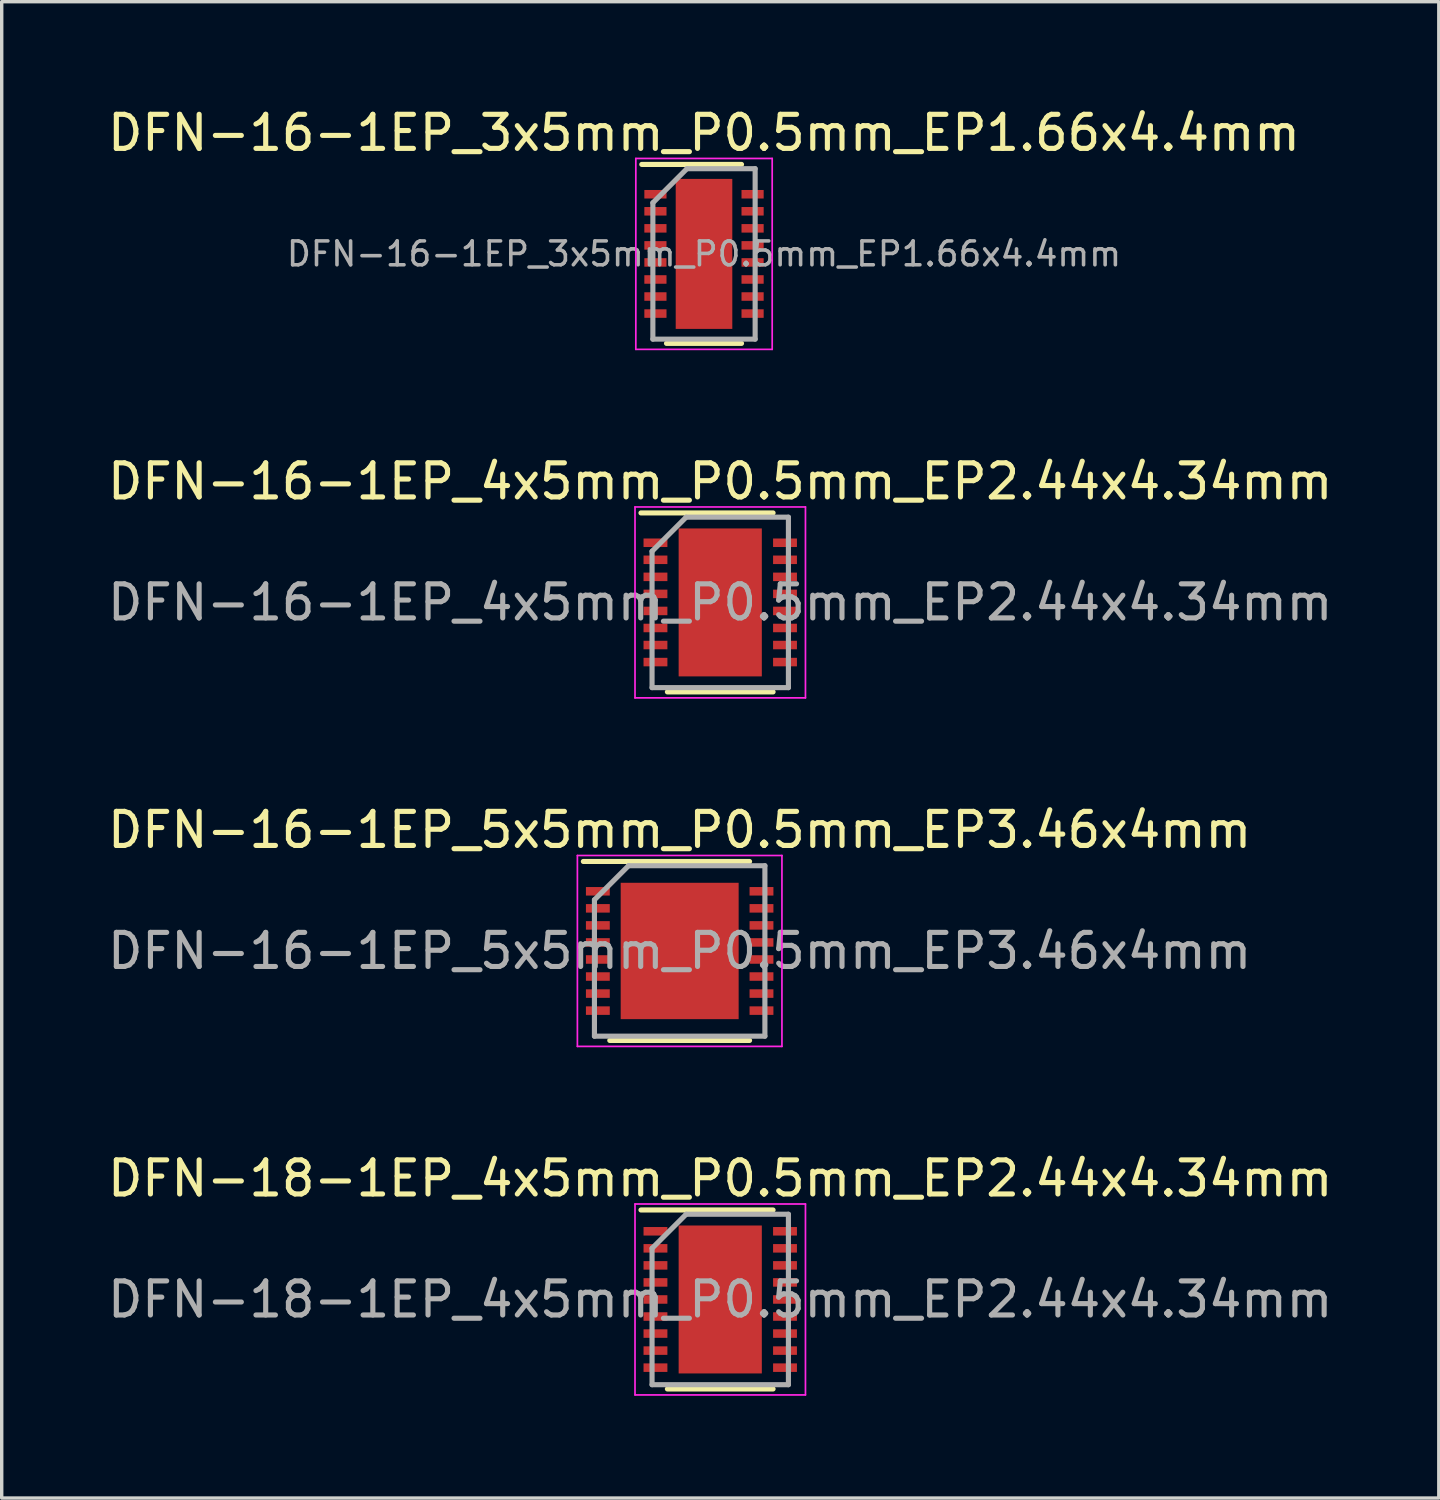
<source format=kicad_pcb>
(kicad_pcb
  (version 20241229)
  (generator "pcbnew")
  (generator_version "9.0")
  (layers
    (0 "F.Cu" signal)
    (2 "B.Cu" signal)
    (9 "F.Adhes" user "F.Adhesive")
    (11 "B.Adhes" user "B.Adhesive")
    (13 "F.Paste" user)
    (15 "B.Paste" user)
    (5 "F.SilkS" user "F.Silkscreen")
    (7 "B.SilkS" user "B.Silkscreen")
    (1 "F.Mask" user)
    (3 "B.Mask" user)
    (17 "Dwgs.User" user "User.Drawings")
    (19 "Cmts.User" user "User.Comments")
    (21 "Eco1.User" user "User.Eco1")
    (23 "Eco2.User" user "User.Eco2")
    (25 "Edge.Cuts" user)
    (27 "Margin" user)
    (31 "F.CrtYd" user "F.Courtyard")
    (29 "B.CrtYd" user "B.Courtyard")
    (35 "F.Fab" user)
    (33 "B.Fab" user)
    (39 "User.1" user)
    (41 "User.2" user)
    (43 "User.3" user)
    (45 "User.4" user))
  (footprint "DFN-18-1EP_4x5mm_P0.5mm_EP2.44x4.34mm"
    (layer "F.Cu")
    (at 18.077 35.068)
    (property "Reference" "DFN-18-1EP_4x5mm_P0.5mm_EP2.44x4.34mm" (at 0 -3.55 0) (layer "F.SilkS") (effects (font (size 1 1) (thickness 0.15))))
    (attr smd)
    (fp_line (start -2.325 -2.625) (end 1.55 -2.625) (stroke (width 0.15) (type solid)) (layer "F.SilkS"))
    (fp_line (start -1.55 2.625) (end 1.55 2.625) (stroke (width 0.15) (type solid)) (layer "F.SilkS"))
    (fp_line (start -2.5 -2.8) (end -2.5 2.8) (stroke (width 0.05) (type solid)) (layer "F.CrtYd"))
    (fp_line (start -2.5 -2.8) (end 2.5 -2.8) (stroke (width 0.05) (type solid)) (layer "F.CrtYd"))
    (fp_line (start -2.5 2.8) (end 2.5 2.8) (stroke (width 0.05) (type solid)) (layer "F.CrtYd"))
    (fp_line (start 2.5 -2.8) (end 2.5 2.8) (stroke (width 0.05) (type solid)) (layer "F.CrtYd"))
    (fp_line (start -2 -1.5) (end -1 -2.5) (stroke (width 0.15) (type solid)) (layer "F.Fab"))
    (fp_line (start -2 2.5) (end -2 -1.5) (stroke (width 0.15) (type solid)) (layer "F.Fab"))
    (fp_line (start -1 -2.5) (end 2 -2.5) (stroke (width 0.15) (type solid)) (layer "F.Fab"))
    (fp_line (start 2 -2.5) (end 2 2.5) (stroke (width 0.15) (type solid)) (layer "F.Fab"))
    (fp_line (start 2 2.5) (end -2 2.5) (stroke (width 0.15) (type solid)) (layer "F.Fab"))
    (fp_text user "${REFERENCE}" (at 0 0 0) (layer "F.Fab") (effects (font (size 1 1) (thickness 0.15))))
    (pad "" smd rect (at -0.61 -1.627) (size 1 0.86) (layers "F.Paste"))
    (pad "" smd rect (at -0.61 -0.542) (size 1 0.86) (layers "F.Paste"))
    (pad "" smd rect (at -0.61 0.542) (size 1 0.86) (layers "F.Paste"))
    (pad "" smd rect (at -0.61 1.627) (size 1 0.86) (layers "F.Paste"))
    (pad "" smd rect (at 0.61 -1.627) (size 1 0.86) (layers "F.Paste"))
    (pad "" smd rect (at 0.61 -0.542) (size 1 0.86) (layers "F.Paste"))
    (pad "" smd rect (at 0.61 0.542) (size 1 0.86) (layers "F.Paste"))
    (pad "" smd rect (at 0.61 1.627) (size 1 0.86) (layers "F.Paste"))
    (pad "1" smd rect (at -1.9 -2) (size 0.7 0.25) (layers "F.Cu" "F.Mask" "F.Paste"))
    (pad "2" smd rect (at -1.9 -1.5) (size 0.7 0.25) (layers "F.Cu" "F.Mask" "F.Paste"))
    (pad "3" smd rect (at -1.9 -1) (size 0.7 0.25) (layers "F.Cu" "F.Mask" "F.Paste"))
    (pad "4" smd rect (at -1.9 -0.5) (size 0.7 0.25) (layers "F.Cu" "F.Mask" "F.Paste"))
    (pad "5" smd rect (at -1.9 0) (size 0.7 0.25) (layers "F.Cu" "F.Mask" "F.Paste"))
    (pad "6" smd rect (at -1.9 0.5) (size 0.7 0.25) (layers "F.Cu" "F.Mask" "F.Paste"))
    (pad "7" smd rect (at -1.9 1) (size 0.7 0.25) (layers "F.Cu" "F.Mask" "F.Paste"))
    (pad "8" smd rect (at -1.9 1.5) (size 0.7 0.25) (layers "F.Cu" "F.Mask" "F.Paste"))
    (pad "9" smd rect (at -1.9 2) (size 0.7 0.25) (layers "F.Cu" "F.Mask" "F.Paste"))
    (pad "10" smd rect (at 1.9 2) (size 0.7 0.25) (layers "F.Cu" "F.Mask" "F.Paste"))
    (pad "11" smd rect (at 1.9 1.5) (size 0.7 0.25) (layers "F.Cu" "F.Mask" "F.Paste"))
    (pad "12" smd rect (at 1.9 1) (size 0.7 0.25) (layers "F.Cu" "F.Mask" "F.Paste"))
    (pad "13" smd rect (at 1.9 0.5) (size 0.7 0.25) (layers "F.Cu" "F.Mask" "F.Paste"))
    (pad "14" smd rect (at 1.9 0) (size 0.7 0.25) (layers "F.Cu" "F.Mask" "F.Paste"))
    (pad "15" smd rect (at 1.9 -0.5) (size 0.7 0.25) (layers "F.Cu" "F.Mask" "F.Paste"))
    (pad "16" smd rect (at 1.9 -1) (size 0.7 0.25) (layers "F.Cu" "F.Mask" "F.Paste"))
    (pad "17" smd rect (at 1.9 -1.5) (size 0.7 0.25) (layers "F.Cu" "F.Mask" "F.Paste"))
    (pad "18" smd rect (at 1.9 -2) (size 0.7 0.25) (layers "F.Cu" "F.Mask" "F.Paste"))
    (pad "19" smd rect (at 0 0) (size 2.44 4.34) (layers "F.Cu" "F.Mask")))
  (footprint "DFN-16-1EP_5x5mm_P0.5mm_EP3.46x4mm"
    (layer "F.Cu")
    (at 16.887 24.845)
    (property "Reference" "DFN-16-1EP_5x5mm_P0.5mm_EP3.46x4mm" (at 0 -3.55 0) (layer "F.SilkS") (effects (font (size 1 1) (thickness 0.15))))
    (attr smd)
    (fp_line (start -2.825 -2.625) (end 2.05 -2.625) (stroke (width 0.15) (type solid)) (layer "F.SilkS"))
    (fp_line (start -2.05 2.625) (end 2.05 2.625) (stroke (width 0.15) (type solid)) (layer "F.SilkS"))
    (fp_line (start -3 -2.8) (end -3 2.8) (stroke (width 0.05) (type solid)) (layer "F.CrtYd"))
    (fp_line (start -3 -2.8) (end 3 -2.8) (stroke (width 0.05) (type solid)) (layer "F.CrtYd"))
    (fp_line (start -3 2.8) (end 3 2.8) (stroke (width 0.05) (type solid)) (layer "F.CrtYd"))
    (fp_line (start 3 -2.8) (end 3 2.8) (stroke (width 0.05) (type solid)) (layer "F.CrtYd"))
    (fp_line (start -2.5 -1.5) (end -1.5 -2.5) (stroke (width 0.15) (type solid)) (layer "F.Fab"))
    (fp_line (start -2.5 2.5) (end -2.5 -1.5) (stroke (width 0.15) (type solid)) (layer "F.Fab"))
    (fp_line (start -1.5 -2.5) (end 2.5 -2.5) (stroke (width 0.15) (type solid)) (layer "F.Fab"))
    (fp_line (start 2.5 -2.5) (end 2.5 2.5) (stroke (width 0.15) (type solid)) (layer "F.Fab"))
    (fp_line (start 2.5 2.5) (end -2.5 2.5) (stroke (width 0.15) (type solid)) (layer "F.Fab"))
    (fp_text user "${REFERENCE}" (at 0 0 0) (layer "F.Fab") (effects (font (size 1 1) (thickness 0.15))))
    (pad "" smd rect (at -1.154 -1.34) (size 0.9 1.1) (layers "F.Paste"))
    (pad "" smd rect (at -1.154 0) (size 0.9 1.1) (layers "F.Paste"))
    (pad "" smd rect (at -1.154 1.34) (size 0.9 1.1) (layers "F.Paste"))
    (pad "" smd rect (at 0 -1.34) (size 0.9 1.1) (layers "F.Paste"))
    (pad "" smd rect (at 0 0) (size 0.9 1.1) (layers "F.Paste"))
    (pad "" smd rect (at 0 1.34) (size 0.9 1.1) (layers "F.Paste"))
    (pad "" smd rect (at 1.154 -1.34) (size 0.9 1.1) (layers "F.Paste"))
    (pad "" smd rect (at 1.154 0) (size 0.9 1.1) (layers "F.Paste"))
    (pad "" smd rect (at 1.154 1.34) (size 0.9 1.1) (layers "F.Paste"))
    (pad "1" smd rect (at -2.4 -1.75) (size 0.7 0.25) (layers "F.Cu" "F.Mask" "F.Paste"))
    (pad "2" smd rect (at -2.4 -1.25) (size 0.7 0.25) (layers "F.Cu" "F.Mask" "F.Paste"))
    (pad "3" smd rect (at -2.4 -0.75) (size 0.7 0.25) (layers "F.Cu" "F.Mask" "F.Paste"))
    (pad "4" smd rect (at -2.4 -0.25) (size 0.7 0.25) (layers "F.Cu" "F.Mask" "F.Paste"))
    (pad "5" smd rect (at -2.4 0.25) (size 0.7 0.25) (layers "F.Cu" "F.Mask" "F.Paste"))
    (pad "6" smd rect (at -2.4 0.75) (size 0.7 0.25) (layers "F.Cu" "F.Mask" "F.Paste"))
    (pad "7" smd rect (at -2.4 1.25) (size 0.7 0.25) (layers "F.Cu" "F.Mask" "F.Paste"))
    (pad "8" smd rect (at -2.4 1.75) (size 0.7 0.25) (layers "F.Cu" "F.Mask" "F.Paste"))
    (pad "9" smd rect (at 2.4 1.75) (size 0.7 0.25) (layers "F.Cu" "F.Mask" "F.Paste"))
    (pad "10" smd rect (at 2.4 1.25) (size 0.7 0.25) (layers "F.Cu" "F.Mask" "F.Paste"))
    (pad "11" smd rect (at 2.4 0.75) (size 0.7 0.25) (layers "F.Cu" "F.Mask" "F.Paste"))
    (pad "12" smd rect (at 2.4 0.25) (size 0.7 0.25) (layers "F.Cu" "F.Mask" "F.Paste"))
    (pad "13" smd rect (at 2.4 -0.25) (size 0.7 0.25) (layers "F.Cu" "F.Mask" "F.Paste"))
    (pad "14" smd rect (at 2.4 -0.75) (size 0.7 0.25) (layers "F.Cu" "F.Mask" "F.Paste"))
    (pad "15" smd rect (at 2.4 -1.25) (size 0.7 0.25) (layers "F.Cu" "F.Mask" "F.Paste"))
    (pad "16" smd rect (at 2.4 -1.75) (size 0.7 0.25) (layers "F.Cu" "F.Mask" "F.Paste"))
    (pad "17" smd rect (at 0 0) (size 3.46 4) (layers "F.Cu" "F.Mask")))
  (footprint "DFN-16-1EP_4x5mm_P0.5mm_EP2.44x4.34mm"
    (layer "F.Cu")
    (at 18.077 14.621)
    (property "Reference" "DFN-16-1EP_4x5mm_P0.5mm_EP2.44x4.34mm" (at 0 -3.55 0) (layer "F.SilkS") (effects (font (size 1 1) (thickness 0.15))))
    (attr smd)
    (fp_line (start -2.325 -2.625) (end 1.55 -2.625) (stroke (width 0.15) (type solid)) (layer "F.SilkS"))
    (fp_line (start -1.55 2.625) (end 1.55 2.625) (stroke (width 0.15) (type solid)) (layer "F.SilkS"))
    (fp_line (start -2.5 -2.8) (end -2.5 2.8) (stroke (width 0.05) (type solid)) (layer "F.CrtYd"))
    (fp_line (start -2.5 -2.8) (end 2.5 -2.8) (stroke (width 0.05) (type solid)) (layer "F.CrtYd"))
    (fp_line (start -2.5 2.8) (end 2.5 2.8) (stroke (width 0.05) (type solid)) (layer "F.CrtYd"))
    (fp_line (start 2.5 -2.8) (end 2.5 2.8) (stroke (width 0.05) (type solid)) (layer "F.CrtYd"))
    (fp_line (start -2 -1.5) (end -1 -2.5) (stroke (width 0.15) (type solid)) (layer "F.Fab"))
    (fp_line (start -2 2.5) (end -2 -1.5) (stroke (width 0.15) (type solid)) (layer "F.Fab"))
    (fp_line (start -1 -2.5) (end 2 -2.5) (stroke (width 0.15) (type solid)) (layer "F.Fab"))
    (fp_line (start 2 -2.5) (end 2 2.5) (stroke (width 0.15) (type solid)) (layer "F.Fab"))
    (fp_line (start 2 2.5) (end -2 2.5) (stroke (width 0.15) (type solid)) (layer "F.Fab"))
    (fp_text user "${REFERENCE}" (at 0 0 0) (layer "F.Fab") (effects (font (size 1 1) (thickness 0.15))))
    (pad "" smd rect (at -0.61 -1.627) (size 1 0.86) (layers "F.Paste"))
    (pad "" smd rect (at -0.61 -0.542) (size 1 0.86) (layers "F.Paste"))
    (pad "" smd rect (at -0.61 0.542) (size 1 0.86) (layers "F.Paste"))
    (pad "" smd rect (at -0.61 1.627) (size 1 0.86) (layers "F.Paste"))
    (pad "" smd rect (at 0.61 -1.627) (size 1 0.86) (layers "F.Paste"))
    (pad "" smd rect (at 0.61 -0.542) (size 1 0.86) (layers "F.Paste"))
    (pad "" smd rect (at 0.61 0.542) (size 1 0.86) (layers "F.Paste"))
    (pad "" smd rect (at 0.61 1.627) (size 1 0.86) (layers "F.Paste"))
    (pad "1" smd rect (at -1.9 -1.75) (size 0.7 0.25) (layers "F.Cu" "F.Mask" "F.Paste"))
    (pad "2" smd rect (at -1.9 -1.25) (size 0.7 0.25) (layers "F.Cu" "F.Mask" "F.Paste"))
    (pad "3" smd rect (at -1.9 -0.75) (size 0.7 0.25) (layers "F.Cu" "F.Mask" "F.Paste"))
    (pad "4" smd rect (at -1.9 -0.25) (size 0.7 0.25) (layers "F.Cu" "F.Mask" "F.Paste"))
    (pad "5" smd rect (at -1.9 0.25) (size 0.7 0.25) (layers "F.Cu" "F.Mask" "F.Paste"))
    (pad "6" smd rect (at -1.9 0.75) (size 0.7 0.25) (layers "F.Cu" "F.Mask" "F.Paste"))
    (pad "7" smd rect (at -1.9 1.25) (size 0.7 0.25) (layers "F.Cu" "F.Mask" "F.Paste"))
    (pad "8" smd rect (at -1.9 1.75) (size 0.7 0.25) (layers "F.Cu" "F.Mask" "F.Paste"))
    (pad "9" smd rect (at 1.9 1.75) (size 0.7 0.25) (layers "F.Cu" "F.Mask" "F.Paste"))
    (pad "10" smd rect (at 1.9 1.25) (size 0.7 0.25) (layers "F.Cu" "F.Mask" "F.Paste"))
    (pad "11" smd rect (at 1.9 0.75) (size 0.7 0.25) (layers "F.Cu" "F.Mask" "F.Paste"))
    (pad "12" smd rect (at 1.9 0.25) (size 0.7 0.25) (layers "F.Cu" "F.Mask" "F.Paste"))
    (pad "13" smd rect (at 1.9 -0.25) (size 0.7 0.25) (layers "F.Cu" "F.Mask" "F.Paste"))
    (pad "14" smd rect (at 1.9 -0.75) (size 0.7 0.25) (layers "F.Cu" "F.Mask" "F.Paste"))
    (pad "15" smd rect (at 1.9 -1.25) (size 0.7 0.25) (layers "F.Cu" "F.Mask" "F.Paste"))
    (pad "16" smd rect (at 1.9 -1.75) (size 0.7 0.25) (layers "F.Cu" "F.Mask" "F.Paste"))
    (pad "17" smd rect (at 0 0) (size 2.44 4.34) (layers "F.Cu" "F.Mask")))
  (footprint "DFN-16-1EP_3x5mm_P0.5mm_EP1.66x4.4mm"
    (layer "F.Cu")
    (at 17.601 4.398)
    (property "Reference" "DFN-16-1EP_3x5mm_P0.5mm_EP1.66x4.4mm" (at 0 -3.55 0) (layer "F.SilkS") (effects (font (size 1 1) (thickness 0.15))))
    (attr smd)
    (fp_line (start -1.825 -2.625) (end 1.1 -2.625) (stroke (width 0.15) (type solid)) (layer "F.SilkS"))
    (fp_line (start -1.1 2.625) (end 1.1 2.625) (stroke (width 0.15) (type solid)) (layer "F.SilkS"))
    (fp_line (start -2 -2.8) (end -2 2.8) (stroke (width 0.05) (type solid)) (layer "F.CrtYd"))
    (fp_line (start -2 -2.8) (end 2 -2.8) (stroke (width 0.05) (type solid)) (layer "F.CrtYd"))
    (fp_line (start -2 2.8) (end 2 2.8) (stroke (width 0.05) (type solid)) (layer "F.CrtYd"))
    (fp_line (start 2 -2.8) (end 2 2.8) (stroke (width 0.05) (type solid)) (layer "F.CrtYd"))
    (fp_line (start -1.5 -1.5) (end -0.5 -2.5) (stroke (width 0.15) (type solid)) (layer "F.Fab"))
    (fp_line (start -1.5 2.5) (end -1.5 -1.5) (stroke (width 0.15) (type solid)) (layer "F.Fab"))
    (fp_line (start -0.5 -2.5) (end 1.5 -2.5) (stroke (width 0.15) (type solid)) (layer "F.Fab"))
    (fp_line (start 1.5 -2.5) (end 1.5 2.5) (stroke (width 0.15) (type solid)) (layer "F.Fab"))
    (fp_line (start 1.5 2.5) (end -1.5 2.5) (stroke (width 0.15) (type solid)) (layer "F.Fab"))
    (fp_text user "${REFERENCE}" (at 0 0 0) (layer "F.Fab") (effects (font (size 0.7 0.7) (thickness 0.105))))
    (pad "" smd rect (at -0.415 -1.76) (size 0.67 0.71) (layers "F.Paste"))
    (pad "" smd rect (at -0.415 -0.88) (size 0.67 0.71) (layers "F.Paste"))
    (pad "" smd rect (at -0.415 0) (size 0.67 0.71) (layers "F.Paste"))
    (pad "" smd rect (at -0.415 0.88) (size 0.67 0.71) (layers "F.Paste"))
    (pad "" smd rect (at -0.415 1.76) (size 0.67 0.71) (layers "F.Paste"))
    (pad "" smd rect (at 0.415 -1.76) (size 0.67 0.71) (layers "F.Paste"))
    (pad "" smd rect (at 0.415 -0.88) (size 0.67 0.71) (layers "F.Paste"))
    (pad "" smd rect (at 0.415 0) (size 0.67 0.71) (layers "F.Paste"))
    (pad "" smd rect (at 0.415 0.88) (size 0.67 0.71) (layers "F.Paste"))
    (pad "" smd rect (at 0.415 1.76) (size 0.67 0.71) (layers "F.Paste"))
    (pad "1" smd rect (at -1.425 -1.75) (size 0.65 0.25) (layers "F.Cu" "F.Mask" "F.Paste"))
    (pad "2" smd rect (at -1.425 -1.25) (size 0.65 0.25) (layers "F.Cu" "F.Mask" "F.Paste"))
    (pad "3" smd rect (at -1.425 -0.75) (size 0.65 0.25) (layers "F.Cu" "F.Mask" "F.Paste"))
    (pad "4" smd rect (at -1.425 -0.25) (size 0.65 0.25) (layers "F.Cu" "F.Mask" "F.Paste"))
    (pad "5" smd rect (at -1.425 0.25) (size 0.65 0.25) (layers "F.Cu" "F.Mask" "F.Paste"))
    (pad "6" smd rect (at -1.425 0.75) (size 0.65 0.25) (layers "F.Cu" "F.Mask" "F.Paste"))
    (pad "7" smd rect (at -1.425 1.25) (size 0.65 0.25) (layers "F.Cu" "F.Mask" "F.Paste"))
    (pad "8" smd rect (at -1.425 1.75) (size 0.65 0.25) (layers "F.Cu" "F.Mask" "F.Paste"))
    (pad "9" smd rect (at 1.425 1.75) (size 0.65 0.25) (layers "F.Cu" "F.Mask" "F.Paste"))
    (pad "10" smd rect (at 1.425 1.25) (size 0.65 0.25) (layers "F.Cu" "F.Mask" "F.Paste"))
    (pad "11" smd rect (at 1.425 0.75) (size 0.65 0.25) (layers "F.Cu" "F.Mask" "F.Paste"))
    (pad "12" smd rect (at 1.425 0.25) (size 0.65 0.25) (layers "F.Cu" "F.Mask" "F.Paste"))
    (pad "13" smd rect (at 1.425 -0.25) (size 0.65 0.25) (layers "F.Cu" "F.Mask" "F.Paste"))
    (pad "14" smd rect (at 1.425 -0.75) (size 0.65 0.25) (layers "F.Cu" "F.Mask" "F.Paste"))
    (pad "15" smd rect (at 1.425 -1.25) (size 0.65 0.25) (layers "F.Cu" "F.Mask" "F.Paste"))
    (pad "16" smd rect (at 1.425 -1.75) (size 0.65 0.25) (layers "F.Cu" "F.Mask" "F.Paste"))
    (pad "17" smd rect (at 0 0) (size 1.66 4.4) (layers "F.Cu" "F.Mask")))
  (gr_rect
    (start -3 -3)
    (end 39.155 40.893)
    (stroke (width 0.1) (type default))
    (fill no)
    (layer "Edge.Cuts")))
</source>
